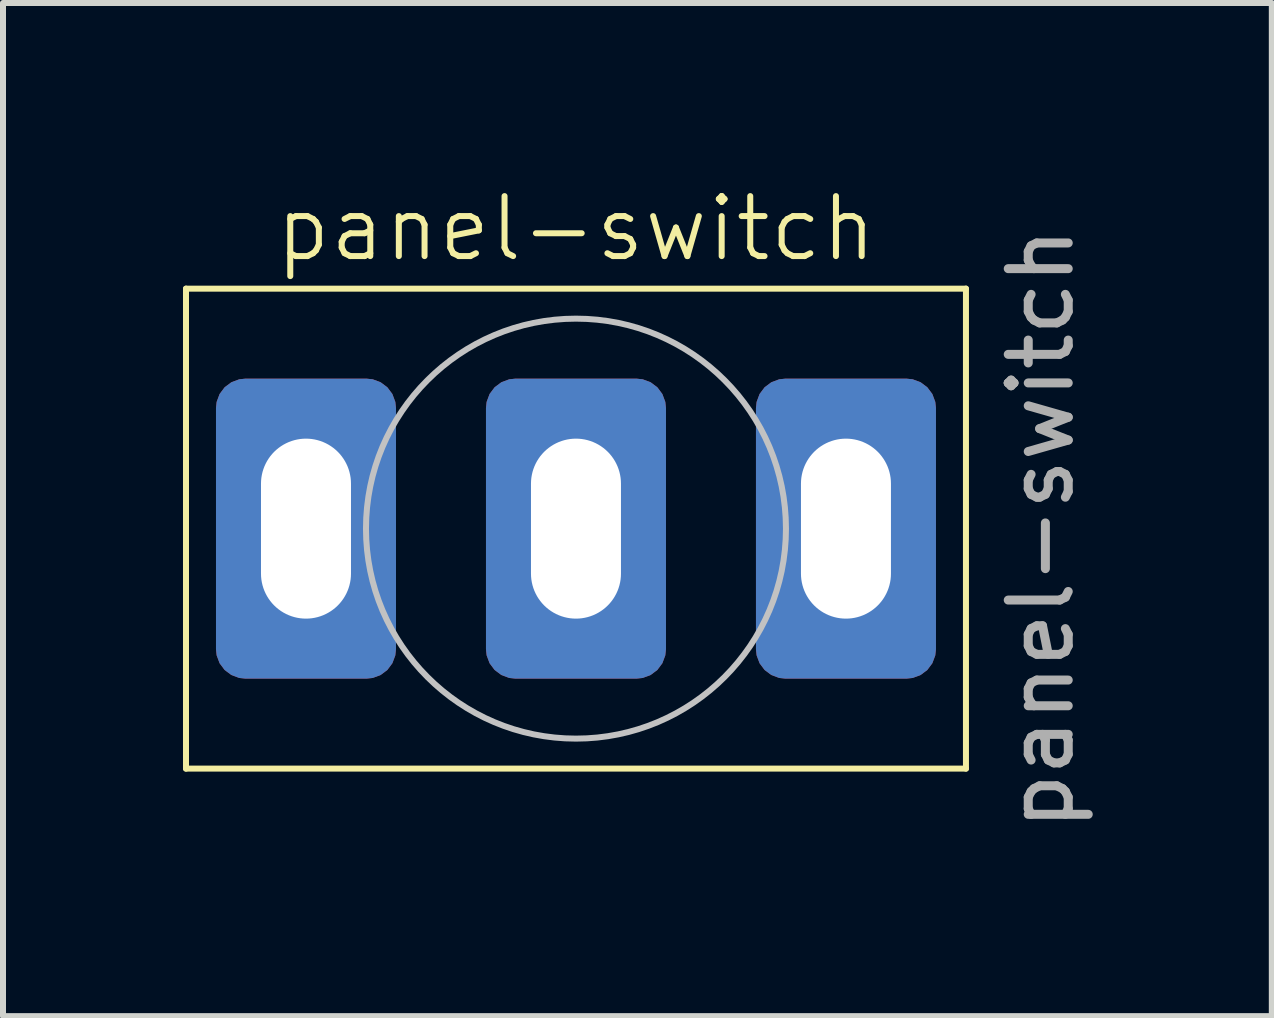
<source format=kicad_pcb>
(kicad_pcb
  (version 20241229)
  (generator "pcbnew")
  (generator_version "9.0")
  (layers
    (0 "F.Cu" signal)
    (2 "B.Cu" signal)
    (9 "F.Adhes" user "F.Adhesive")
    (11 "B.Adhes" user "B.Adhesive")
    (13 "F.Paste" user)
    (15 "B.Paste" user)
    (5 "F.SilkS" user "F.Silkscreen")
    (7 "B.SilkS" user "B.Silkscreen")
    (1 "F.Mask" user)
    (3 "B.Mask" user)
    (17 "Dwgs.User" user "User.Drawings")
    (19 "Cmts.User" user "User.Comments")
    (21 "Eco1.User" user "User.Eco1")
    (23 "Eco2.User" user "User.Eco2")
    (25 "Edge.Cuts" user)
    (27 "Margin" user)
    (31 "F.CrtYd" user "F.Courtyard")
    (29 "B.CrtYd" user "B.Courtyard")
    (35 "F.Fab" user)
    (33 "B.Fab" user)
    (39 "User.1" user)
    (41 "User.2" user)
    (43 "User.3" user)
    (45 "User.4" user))
  (footprint "panel-switch"
    (layer "F.Cu")
    (at 6.55 5.761)
    (property "Reference" "panel-switch" (at 0 -5 0) (unlocked yes) (layer "F.SilkS") (effects (font (size 1 1) (thickness 0.1))))
    (attr through_hole)
    (fp_line (start -6.5 -4) (end 6.5 -4) (stroke (width 0.1) (type default)) (layer "F.SilkS"))
    (fp_line (start -6.5 4) (end -6.5 -4) (stroke (width 0.1) (type default)) (layer "F.SilkS"))
    (fp_line (start 6.5 -4) (end 6.5 4) (stroke (width 0.1) (type default)) (layer "F.SilkS"))
    (fp_line (start 6.5 4) (end -6.5 4) (stroke (width 0.1) (type default)) (layer "F.SilkS"))
    (fp_circle (center 0 0) (end 3.5 0) (stroke (width 0.1) (type default)) (fill no) (layer "Dwgs.User"))
    (fp_text user "${REFERENCE}" (at 7.75 0 90) (unlocked yes) (layer "F.Fab") (effects (font (size 1 1) (thickness 0.15))))
    (pad "1" thru_hole roundrect (at -4.5 0) (size 3 5) (drill oval 1.5 3) (layers "*.Cu" "*.Mask") (roundrect_rratio 0.164))
    (pad "2" thru_hole roundrect (at 0 0) (size 3 5) (drill oval 1.5 3) (layers "*.Cu" "*.Mask") (roundrect_rratio 0.164))
    (pad "3" thru_hole roundrect (at 4.5 0) (size 3 5) (drill oval 1.5 3) (layers "*.Cu" "*.Mask") (roundrect_rratio 0.164)))
  (gr_rect
    (start -3 -3)
    (end 18.148 13.886)
    (stroke (width 0.1) (type default))
    (fill no)
    (layer "Edge.Cuts")))
</source>
